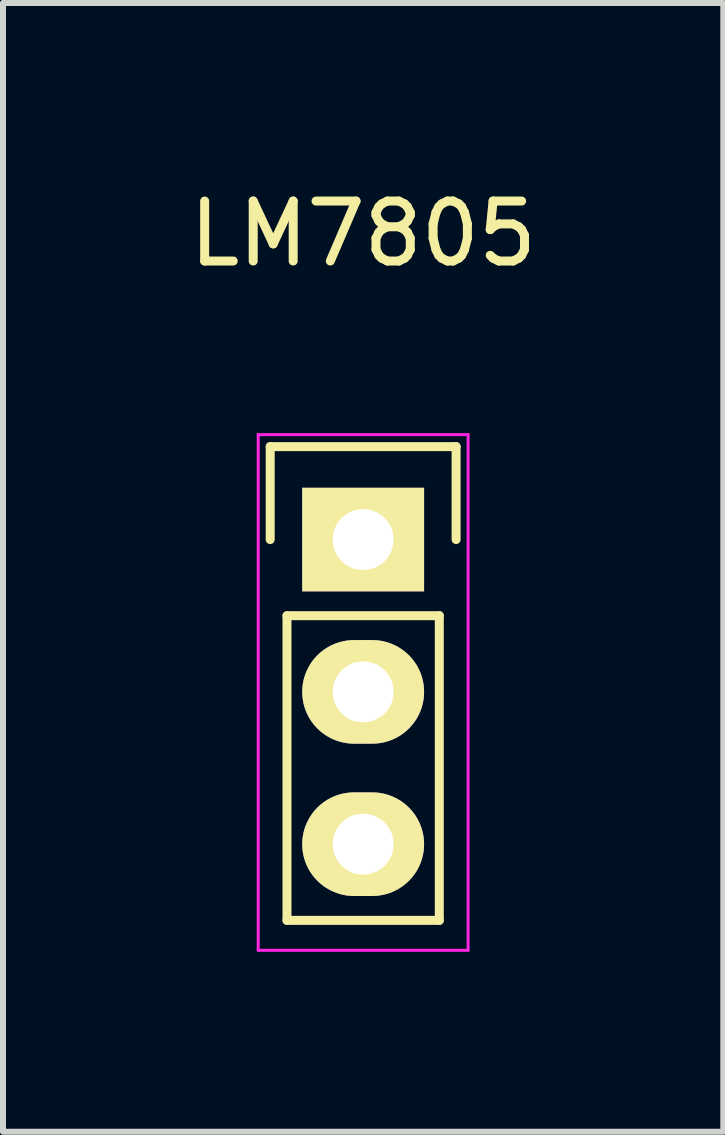
<source format=kicad_pcb>
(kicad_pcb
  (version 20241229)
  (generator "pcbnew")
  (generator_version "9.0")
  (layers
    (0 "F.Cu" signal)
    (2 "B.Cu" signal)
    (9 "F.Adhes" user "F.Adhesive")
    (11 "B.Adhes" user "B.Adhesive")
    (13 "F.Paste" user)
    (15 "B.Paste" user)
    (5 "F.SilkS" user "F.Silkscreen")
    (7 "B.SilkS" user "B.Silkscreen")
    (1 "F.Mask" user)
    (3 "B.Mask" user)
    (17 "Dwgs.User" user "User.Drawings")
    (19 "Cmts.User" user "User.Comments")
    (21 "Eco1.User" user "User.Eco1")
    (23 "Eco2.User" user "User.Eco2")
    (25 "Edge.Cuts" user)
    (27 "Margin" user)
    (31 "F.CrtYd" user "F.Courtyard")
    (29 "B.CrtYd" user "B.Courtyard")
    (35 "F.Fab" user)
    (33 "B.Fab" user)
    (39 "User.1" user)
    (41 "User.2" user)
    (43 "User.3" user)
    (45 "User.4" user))
  (footprint "LM7805"
    (layer "F.Cu")
    (at 3.006 5.948)
    (property "Reference" "LM7805" (at 0 -5.1 0) (layer "F.SilkS") (effects (font (size 1 1) (thickness 0.15))))
    (attr through_hole)
    (fp_line (start -1.55 -1.55) (end 1.55 -1.55) (stroke (width 0.15) (type solid)) (layer "F.SilkS"))
    (fp_line (start -1.55 0) (end -1.55 -1.55) (stroke (width 0.15) (type solid)) (layer "F.SilkS"))
    (fp_line (start -1.27 1.27) (end -1.27 6.35) (stroke (width 0.15) (type solid)) (layer "F.SilkS"))
    (fp_line (start -1.27 6.35) (end 1.27 6.35) (stroke (width 0.15) (type solid)) (layer "F.SilkS"))
    (fp_line (start 1.27 1.27) (end -1.27 1.27) (stroke (width 0.15) (type solid)) (layer "F.SilkS"))
    (fp_line (start 1.27 6.35) (end 1.27 1.27) (stroke (width 0.15) (type solid)) (layer "F.SilkS"))
    (fp_line (start 1.55 -1.55) (end 1.55 0) (stroke (width 0.15) (type solid)) (layer "F.SilkS"))
    (fp_line (start -1.75 -1.75) (end -1.75 6.85) (stroke (width 0.05) (type solid)) (layer "F.CrtYd"))
    (fp_line (start -1.75 -1.75) (end 1.75 -1.75) (stroke (width 0.05) (type solid)) (layer "F.CrtYd"))
    (fp_line (start -1.75 6.85) (end 1.75 6.85) (stroke (width 0.05) (type solid)) (layer "F.CrtYd"))
    (fp_line (start 1.75 -1.75) (end 1.75 6.85) (stroke (width 0.05) (type solid)) (layer "F.CrtYd"))
    (pad "GND" thru_hole oval (at 0 2.54) (size 2.032 1.727) (drill 1.016) (layers "*.Cu" "*.Mask" "F.SilkS"))
    (pad "VI" thru_hole rect (at 0 0) (size 2.032 1.727) (drill 1.016) (layers "*.Cu" "*.Mask" "F.SilkS"))
    (pad "VO" thru_hole oval (at 0 5.08) (size 2.032 1.727) (drill 1.016) (layers "*.Cu" "*.Mask" "F.SilkS")))
  (gr_rect
    (start -3 -3)
    (end 9.012 15.823)
    (stroke (width 0.1) (type default))
    (fill no)
    (layer "Edge.Cuts")))
</source>
